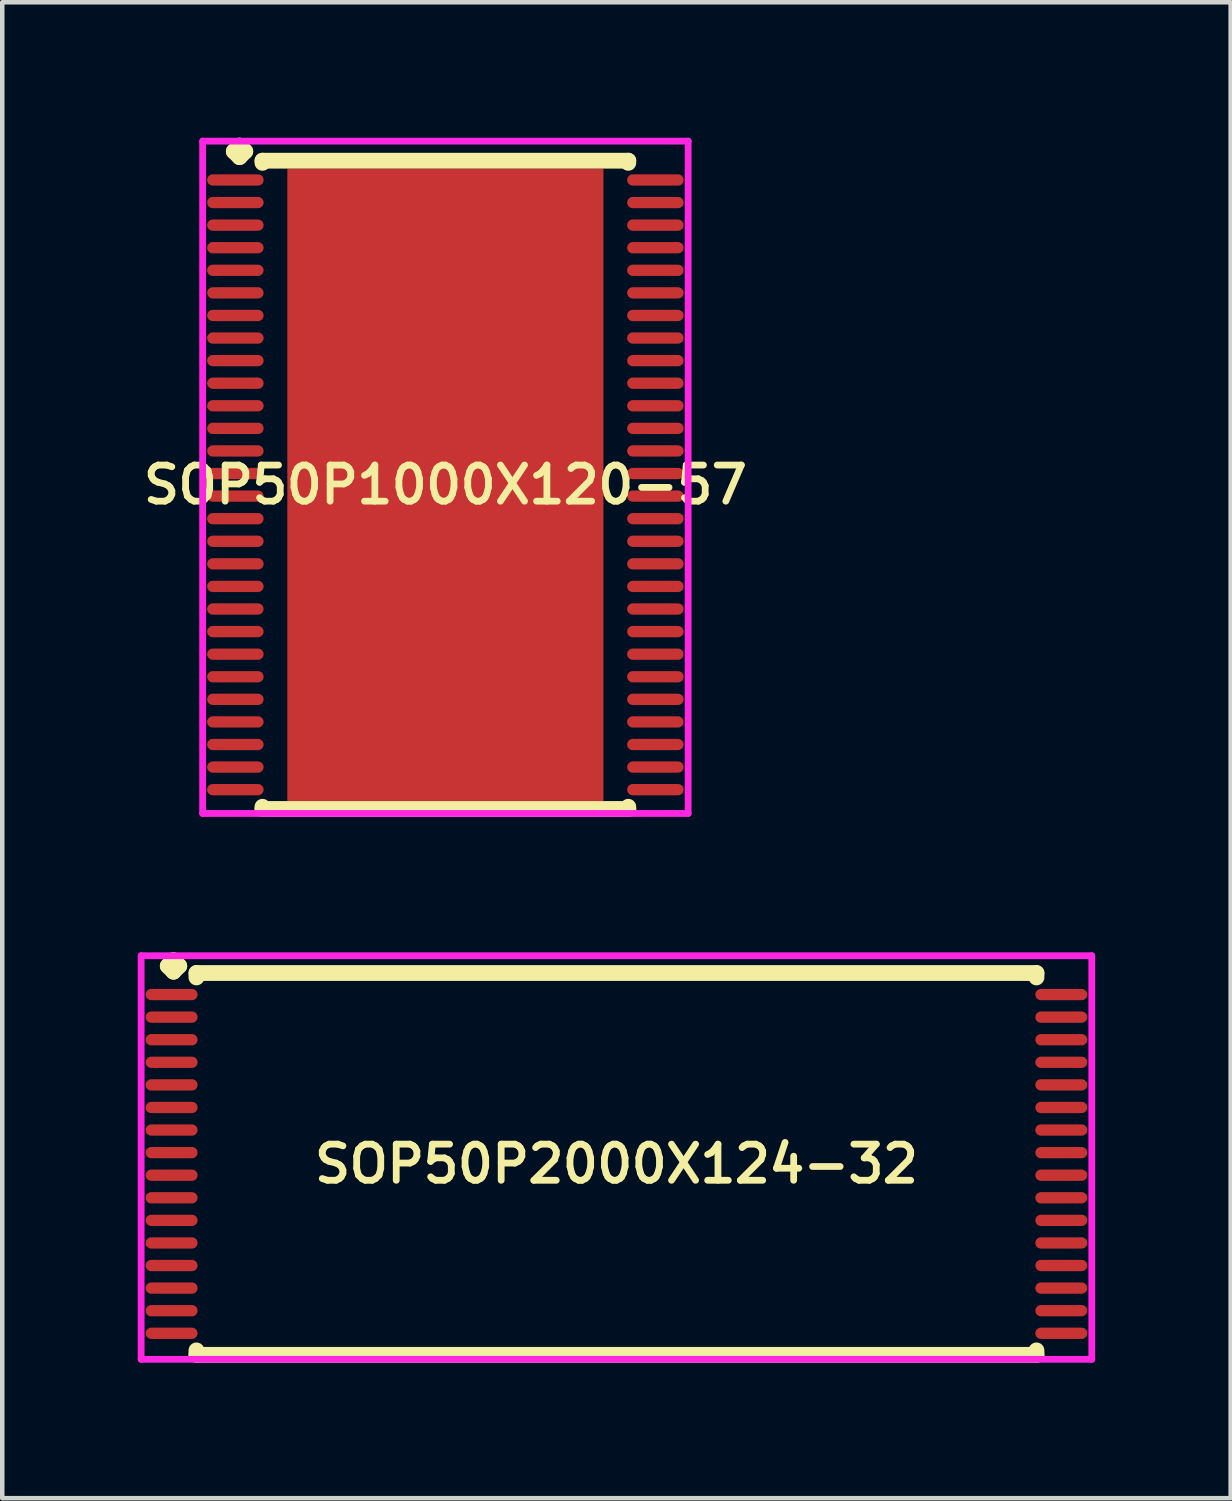
<source format=kicad_pcb>
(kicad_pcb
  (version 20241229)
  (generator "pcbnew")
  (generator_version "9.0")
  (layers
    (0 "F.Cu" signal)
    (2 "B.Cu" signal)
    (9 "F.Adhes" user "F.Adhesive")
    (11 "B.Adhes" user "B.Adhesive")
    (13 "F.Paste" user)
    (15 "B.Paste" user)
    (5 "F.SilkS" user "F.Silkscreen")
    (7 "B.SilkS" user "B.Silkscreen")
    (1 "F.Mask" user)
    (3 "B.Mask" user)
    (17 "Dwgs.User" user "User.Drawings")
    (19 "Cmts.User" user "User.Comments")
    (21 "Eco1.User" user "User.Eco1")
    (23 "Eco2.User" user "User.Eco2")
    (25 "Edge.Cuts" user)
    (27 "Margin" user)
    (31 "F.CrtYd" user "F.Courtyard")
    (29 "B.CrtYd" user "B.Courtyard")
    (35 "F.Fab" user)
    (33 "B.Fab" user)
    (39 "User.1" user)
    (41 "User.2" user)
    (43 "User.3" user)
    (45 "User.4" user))
  (footprint "SOP50P1000X120-57"
    (layer "F.Cu")
    (at 6.812 7.685)
    (property "Reference" "SOP50P1000X120-57" (at 0 0 0) (layer "F.SilkS") (effects (font (size 0.8 0.8) (thickness 0.15))))
    (attr smd)
    (fp_line (start -4.685 -7.383) (end -4.558 -7.51) (stroke (width 0.35) (type solid)) (layer "F.SilkS"))
    (fp_line (start -4.558 -7.51) (end -4.431 -7.383) (stroke (width 0.35) (type solid)) (layer "F.SilkS"))
    (fp_line (start -4.558 -7.256) (end -4.685 -7.383) (stroke (width 0.35) (type solid)) (layer "F.SilkS"))
    (fp_line (start -4.431 -7.383) (end -4.558 -7.256) (stroke (width 0.35) (type solid)) (layer "F.SilkS"))
    (fp_line (start -4.05 -7.177) (end 4.05 -7.177) (stroke (width 0.35) (type solid)) (layer "F.SilkS"))
    (fp_line (start -4.05 -7.129) (end -4.05 -7.177) (stroke (width 0.35) (type solid)) (layer "F.SilkS"))
    (fp_line (start -4.05 7.129) (end -4.05 7.177) (stroke (width 0.35) (type solid)) (layer "F.SilkS"))
    (fp_line (start -4.05 7.177) (end 4.05 7.177) (stroke (width 0.35) (type solid)) (layer "F.SilkS"))
    (fp_line (start 4.05 -7.177) (end 4.05 -7.129) (stroke (width 0.35) (type solid)) (layer "F.SilkS"))
    (fp_line (start 4.05 7.177) (end 4.05 7.129) (stroke (width 0.35) (type solid)) (layer "F.SilkS"))
    (fp_line (start -5.375 -7.61) (end 5.375 -7.61) (stroke (width 0.15) (type solid)) (layer "F.CrtYd"))
    (fp_line (start -5.375 7.277) (end -5.375 -7.61) (stroke (width 0.15) (type solid)) (layer "F.CrtYd"))
    (fp_line (start 5.375 -7.61) (end 5.375 7.277) (stroke (width 0.15) (type solid)) (layer "F.CrtYd"))
    (fp_line (start 5.375 7.277) (end -5.375 7.277) (stroke (width 0.15) (type solid)) (layer "F.CrtYd"))
    (pad "1" smd oval (at -4.65 -6.75) (size 1.25 0.25) (layers "F.Cu" "F.Mask" "F.Paste"))
    (pad "2" smd oval (at -4.65 -6.25) (size 1.25 0.25) (layers "F.Cu" "F.Mask" "F.Paste"))
    (pad "3" smd oval (at -4.65 -5.75) (size 1.25 0.25) (layers "F.Cu" "F.Mask" "F.Paste"))
    (pad "4" smd oval (at -4.65 -5.25) (size 1.25 0.25) (layers "F.Cu" "F.Mask" "F.Paste"))
    (pad "5" smd oval (at -4.65 -4.75) (size 1.25 0.25) (layers "F.Cu" "F.Mask" "F.Paste"))
    (pad "6" smd oval (at -4.65 -4.25) (size 1.25 0.25) (layers "F.Cu" "F.Mask" "F.Paste"))
    (pad "7" smd oval (at -4.65 -3.75) (size 1.25 0.25) (layers "F.Cu" "F.Mask" "F.Paste"))
    (pad "8" smd oval (at -4.65 -3.25) (size 1.25 0.25) (layers "F.Cu" "F.Mask" "F.Paste"))
    (pad "9" smd oval (at -4.65 -2.75) (size 1.25 0.25) (layers "F.Cu" "F.Mask" "F.Paste"))
    (pad "10" smd oval (at -4.65 -2.25) (size 1.25 0.25) (layers "F.Cu" "F.Mask" "F.Paste"))
    (pad "11" smd oval (at -4.65 -1.75) (size 1.25 0.25) (layers "F.Cu" "F.Mask" "F.Paste"))
    (pad "12" smd oval (at -4.65 -1.25) (size 1.25 0.25) (layers "F.Cu" "F.Mask" "F.Paste"))
    (pad "13" smd oval (at -4.65 -0.75) (size 1.25 0.25) (layers "F.Cu" "F.Mask" "F.Paste"))
    (pad "14" smd oval (at -4.65 -0.25) (size 1.25 0.25) (layers "F.Cu" "F.Mask" "F.Paste"))
    (pad "15" smd oval (at -4.65 0.25) (size 1.25 0.25) (layers "F.Cu" "F.Mask" "F.Paste"))
    (pad "16" smd oval (at -4.65 0.75) (size 1.25 0.25) (layers "F.Cu" "F.Mask" "F.Paste"))
    (pad "17" smd oval (at -4.65 1.25) (size 1.25 0.25) (layers "F.Cu" "F.Mask" "F.Paste"))
    (pad "18" smd oval (at -4.65 1.75) (size 1.25 0.25) (layers "F.Cu" "F.Mask" "F.Paste"))
    (pad "19" smd oval (at -4.65 2.25) (size 1.25 0.25) (layers "F.Cu" "F.Mask" "F.Paste"))
    (pad "20" smd oval (at -4.65 2.75) (size 1.25 0.25) (layers "F.Cu" "F.Mask" "F.Paste"))
    (pad "21" smd oval (at -4.65 3.25) (size 1.25 0.25) (layers "F.Cu" "F.Mask" "F.Paste"))
    (pad "22" smd oval (at -4.65 3.75) (size 1.25 0.25) (layers "F.Cu" "F.Mask" "F.Paste"))
    (pad "23" smd oval (at -4.65 4.25) (size 1.25 0.25) (layers "F.Cu" "F.Mask" "F.Paste"))
    (pad "24" smd oval (at -4.65 4.75) (size 1.25 0.25) (layers "F.Cu" "F.Mask" "F.Paste"))
    (pad "25" smd oval (at -4.65 5.25) (size 1.25 0.25) (layers "F.Cu" "F.Mask" "F.Paste"))
    (pad "26" smd oval (at -4.65 5.75) (size 1.25 0.25) (layers "F.Cu" "F.Mask" "F.Paste"))
    (pad "27" smd oval (at -4.65 6.25) (size 1.25 0.25) (layers "F.Cu" "F.Mask" "F.Paste"))
    (pad "28" smd oval (at -4.65 6.75) (size 1.25 0.25) (layers "F.Cu" "F.Mask" "F.Paste"))
    (pad "29" smd oval (at 4.65 6.75) (size 1.25 0.25) (layers "F.Cu" "F.Mask" "F.Paste"))
    (pad "30" smd oval (at 4.65 6.25) (size 1.25 0.25) (layers "F.Cu" "F.Mask" "F.Paste"))
    (pad "31" smd oval (at 4.65 5.75) (size 1.25 0.25) (layers "F.Cu" "F.Mask" "F.Paste"))
    (pad "32" smd oval (at 4.65 5.25) (size 1.25 0.25) (layers "F.Cu" "F.Mask" "F.Paste"))
    (pad "33" smd oval (at 4.65 4.75) (size 1.25 0.25) (layers "F.Cu" "F.Mask" "F.Paste"))
    (pad "34" smd oval (at 4.65 4.25) (size 1.25 0.25) (layers "F.Cu" "F.Mask" "F.Paste"))
    (pad "35" smd oval (at 4.65 3.75) (size 1.25 0.25) (layers "F.Cu" "F.Mask" "F.Paste"))
    (pad "36" smd oval (at 4.65 3.25) (size 1.25 0.25) (layers "F.Cu" "F.Mask" "F.Paste"))
    (pad "37" smd oval (at 4.65 2.75) (size 1.25 0.25) (layers "F.Cu" "F.Mask" "F.Paste"))
    (pad "38" smd oval (at 4.65 2.25) (size 1.25 0.25) (layers "F.Cu" "F.Mask" "F.Paste"))
    (pad "39" smd oval (at 4.65 1.75) (size 1.25 0.25) (layers "F.Cu" "F.Mask" "F.Paste"))
    (pad "40" smd oval (at 4.65 1.25) (size 1.25 0.25) (layers "F.Cu" "F.Mask" "F.Paste"))
    (pad "41" smd oval (at 4.65 0.75) (size 1.25 0.25) (layers "F.Cu" "F.Mask" "F.Paste"))
    (pad "42" smd oval (at 4.65 0.25) (size 1.25 0.25) (layers "F.Cu" "F.Mask" "F.Paste"))
    (pad "43" smd oval (at 4.65 -0.25) (size 1.25 0.25) (layers "F.Cu" "F.Mask" "F.Paste"))
    (pad "44" smd oval (at 4.65 -0.75) (size 1.25 0.25) (layers "F.Cu" "F.Mask" "F.Paste"))
    (pad "45" smd oval (at 4.65 -1.25) (size 1.25 0.25) (layers "F.Cu" "F.Mask" "F.Paste"))
    (pad "46" smd oval (at 4.65 -1.75) (size 1.25 0.25) (layers "F.Cu" "F.Mask" "F.Paste"))
    (pad "47" smd oval (at 4.65 -2.25) (size 1.25 0.25) (layers "F.Cu" "F.Mask" "F.Paste"))
    (pad "48" smd oval (at 4.65 -2.75) (size 1.25 0.25) (layers "F.Cu" "F.Mask" "F.Paste"))
    (pad "49" smd oval (at 4.65 -3.25) (size 1.25 0.25) (layers "F.Cu" "F.Mask" "F.Paste"))
    (pad "50" smd oval (at 4.65 -3.75) (size 1.25 0.25) (layers "F.Cu" "F.Mask" "F.Paste"))
    (pad "51" smd oval (at 4.65 -4.25) (size 1.25 0.25) (layers "F.Cu" "F.Mask" "F.Paste"))
    (pad "52" smd oval (at 4.65 -4.75) (size 1.25 0.25) (layers "F.Cu" "F.Mask" "F.Paste"))
    (pad "53" smd oval (at 4.65 -5.25) (size 1.25 0.25) (layers "F.Cu" "F.Mask" "F.Paste"))
    (pad "54" smd oval (at 4.65 -5.75) (size 1.25 0.25) (layers "F.Cu" "F.Mask" "F.Paste"))
    (pad "55" smd oval (at 4.65 -6.25) (size 1.25 0.25) (layers "F.Cu" "F.Mask" "F.Paste"))
    (pad "56" smd oval (at 4.65 -6.75) (size 1.25 0.25) (layers "F.Cu" "F.Mask" "F.Paste"))
    (pad "57" smd rect (at 0 0) (size 7 14) (layers "F.Cu" "F.Mask" "F.Paste")))
  (footprint "SOP50P2000X124-32"
    (layer "F.Cu")
    (at 10.6 22.722)
    (property "Reference" "SOP50P2000X124-32" (at 0 0 0) (layer "F.SilkS") (effects (font (size 0.8 0.8) (thickness 0.15))))
    (attr smd)
    (fp_line (start -9.935 -4.383) (end -9.808 -4.51) (stroke (width 0.35) (type solid)) (layer "F.SilkS"))
    (fp_line (start -9.808 -4.51) (end -9.681 -4.383) (stroke (width 0.35) (type solid)) (layer "F.SilkS"))
    (fp_line (start -9.808 -4.256) (end -9.935 -4.383) (stroke (width 0.35) (type solid)) (layer "F.SilkS"))
    (fp_line (start -9.681 -4.383) (end -9.808 -4.256) (stroke (width 0.35) (type solid)) (layer "F.SilkS"))
    (fp_line (start -9.3 -4.227) (end 9.3 -4.227) (stroke (width 0.35) (type solid)) (layer "F.SilkS"))
    (fp_line (start -9.3 -4.129) (end -9.3 -4.227) (stroke (width 0.35) (type solid)) (layer "F.SilkS"))
    (fp_line (start -9.3 4.129) (end -9.3 4.227) (stroke (width 0.35) (type solid)) (layer "F.SilkS"))
    (fp_line (start -9.3 4.227) (end 9.3 4.227) (stroke (width 0.35) (type solid)) (layer "F.SilkS"))
    (fp_line (start 9.3 -4.227) (end 9.3 -4.129) (stroke (width 0.35) (type solid)) (layer "F.SilkS"))
    (fp_line (start 9.3 4.227) (end 9.3 4.129) (stroke (width 0.35) (type solid)) (layer "F.SilkS"))
    (fp_line (start -10.525 -4.61) (end 10.525 -4.61) (stroke (width 0.15) (type solid)) (layer "F.CrtYd"))
    (fp_line (start -10.525 4.327) (end -10.525 -4.61) (stroke (width 0.15) (type solid)) (layer "F.CrtYd"))
    (fp_line (start 10.525 -4.61) (end 10.525 4.327) (stroke (width 0.15) (type solid)) (layer "F.CrtYd"))
    (fp_line (start 10.525 4.327) (end -10.525 4.327) (stroke (width 0.15) (type solid)) (layer "F.CrtYd"))
    (pad "1" smd oval (at -9.85 -3.75) (size 1.15 0.25) (layers "F.Cu" "F.Mask" "F.Paste"))
    (pad "2" smd oval (at -9.85 -3.25) (size 1.15 0.25) (layers "F.Cu" "F.Mask" "F.Paste"))
    (pad "3" smd oval (at -9.85 -2.75) (size 1.15 0.25) (layers "F.Cu" "F.Mask" "F.Paste"))
    (pad "4" smd oval (at -9.85 -2.25) (size 1.15 0.25) (layers "F.Cu" "F.Mask" "F.Paste"))
    (pad "5" smd oval (at -9.85 -1.75) (size 1.15 0.25) (layers "F.Cu" "F.Mask" "F.Paste"))
    (pad "6" smd oval (at -9.85 -1.25) (size 1.15 0.25) (layers "F.Cu" "F.Mask" "F.Paste"))
    (pad "7" smd oval (at -9.85 -0.75) (size 1.15 0.25) (layers "F.Cu" "F.Mask" "F.Paste"))
    (pad "8" smd oval (at -9.85 -0.25) (size 1.15 0.25) (layers "F.Cu" "F.Mask" "F.Paste"))
    (pad "9" smd oval (at -9.85 0.25) (size 1.15 0.25) (layers "F.Cu" "F.Mask" "F.Paste"))
    (pad "10" smd oval (at -9.85 0.75) (size 1.15 0.25) (layers "F.Cu" "F.Mask" "F.Paste"))
    (pad "11" smd oval (at -9.85 1.25) (size 1.15 0.25) (layers "F.Cu" "F.Mask" "F.Paste"))
    (pad "12" smd oval (at -9.85 1.75) (size 1.15 0.25) (layers "F.Cu" "F.Mask" "F.Paste"))
    (pad "13" smd oval (at -9.85 2.25) (size 1.15 0.25) (layers "F.Cu" "F.Mask" "F.Paste"))
    (pad "14" smd oval (at -9.85 2.75) (size 1.15 0.25) (layers "F.Cu" "F.Mask" "F.Paste"))
    (pad "15" smd oval (at -9.85 3.25) (size 1.15 0.25) (layers "F.Cu" "F.Mask" "F.Paste"))
    (pad "16" smd oval (at -9.85 3.75) (size 1.15 0.25) (layers "F.Cu" "F.Mask" "F.Paste"))
    (pad "17" smd oval (at 9.85 3.75) (size 1.15 0.25) (layers "F.Cu" "F.Mask" "F.Paste"))
    (pad "18" smd oval (at 9.85 3.25) (size 1.15 0.25) (layers "F.Cu" "F.Mask" "F.Paste"))
    (pad "19" smd oval (at 9.85 2.75) (size 1.15 0.25) (layers "F.Cu" "F.Mask" "F.Paste"))
    (pad "20" smd oval (at 9.85 2.25) (size 1.15 0.25) (layers "F.Cu" "F.Mask" "F.Paste"))
    (pad "21" smd oval (at 9.85 1.75) (size 1.15 0.25) (layers "F.Cu" "F.Mask" "F.Paste"))
    (pad "22" smd oval (at 9.85 1.25) (size 1.15 0.25) (layers "F.Cu" "F.Mask" "F.Paste"))
    (pad "23" smd oval (at 9.85 0.75) (size 1.15 0.25) (layers "F.Cu" "F.Mask" "F.Paste"))
    (pad "24" smd oval (at 9.85 0.25) (size 1.15 0.25) (layers "F.Cu" "F.Mask" "F.Paste"))
    (pad "25" smd oval (at 9.85 -0.25) (size 1.15 0.25) (layers "F.Cu" "F.Mask" "F.Paste"))
    (pad "26" smd oval (at 9.85 -0.75) (size 1.15 0.25) (layers "F.Cu" "F.Mask" "F.Paste"))
    (pad "27" smd oval (at 9.85 -1.25) (size 1.15 0.25) (layers "F.Cu" "F.Mask" "F.Paste"))
    (pad "28" smd oval (at 9.85 -1.75) (size 1.15 0.25) (layers "F.Cu" "F.Mask" "F.Paste"))
    (pad "29" smd oval (at 9.85 -2.25) (size 1.15 0.25) (layers "F.Cu" "F.Mask" "F.Paste"))
    (pad "30" smd oval (at 9.85 -2.75) (size 1.15 0.25) (layers "F.Cu" "F.Mask" "F.Paste"))
    (pad "31" smd oval (at 9.85 -3.25) (size 1.15 0.25) (layers "F.Cu" "F.Mask" "F.Paste"))
    (pad "32" smd oval (at 9.85 -3.75) (size 1.15 0.25) (layers "F.Cu" "F.Mask" "F.Paste")))
  (gr_rect
    (start -3 -3)
    (end 24.2 30.124)
    (stroke (width 0.1) (type default))
    (fill no)
    (layer "Edge.Cuts")))
</source>
